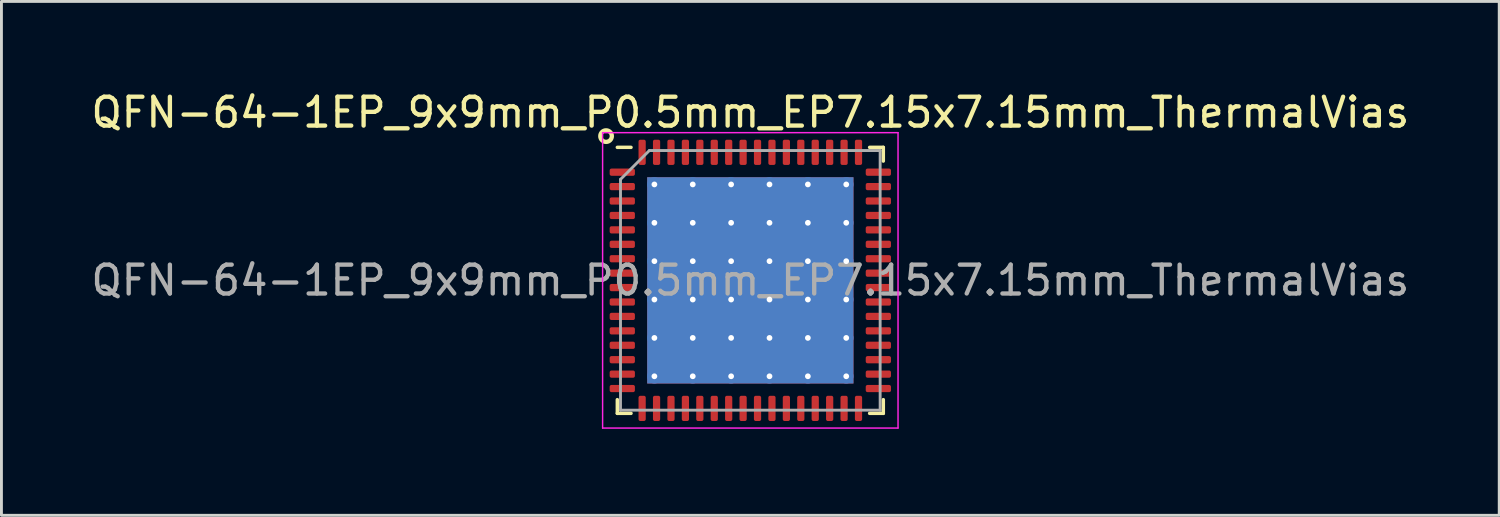
<source format=kicad_pcb>
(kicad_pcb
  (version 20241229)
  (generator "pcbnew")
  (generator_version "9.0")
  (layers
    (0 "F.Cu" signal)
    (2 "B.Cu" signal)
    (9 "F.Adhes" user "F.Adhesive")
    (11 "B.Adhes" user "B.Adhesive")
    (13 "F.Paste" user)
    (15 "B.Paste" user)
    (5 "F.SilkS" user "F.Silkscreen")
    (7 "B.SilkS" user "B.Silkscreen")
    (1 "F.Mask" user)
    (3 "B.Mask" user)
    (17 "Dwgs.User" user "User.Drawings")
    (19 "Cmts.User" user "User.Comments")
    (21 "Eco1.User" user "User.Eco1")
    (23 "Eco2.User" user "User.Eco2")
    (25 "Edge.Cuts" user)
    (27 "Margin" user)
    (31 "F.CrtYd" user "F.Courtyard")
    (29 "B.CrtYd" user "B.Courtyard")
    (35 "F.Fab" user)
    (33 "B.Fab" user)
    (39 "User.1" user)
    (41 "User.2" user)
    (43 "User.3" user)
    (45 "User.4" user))
  (footprint "QFN-64-1EP_9x9mm_P0.5mm_EP7.15x7.15mm_ThermalVias"
    (layer "F.Cu")
    (at 22.958 6.668)
    (property "Reference" "QFN-64-1EP_9x9mm_P0.5mm_EP7.15x7.15mm_ThermalVias" (at 0 -5.82 0) (layer "F.SilkS") (effects (font (size 1 1) (thickness 0.15))))
    (attr smd)
    (fp_line (start -4.61 4.61) (end -4.61 4.135) (stroke (width 0.12) (type solid)) (layer "F.SilkS"))
    (fp_line (start -4.135 -4.61) (end -4.61 -4.61) (stroke (width 0.12) (type solid)) (layer "F.SilkS"))
    (fp_line (start -4.135 4.61) (end -4.61 4.61) (stroke (width 0.12) (type solid)) (layer "F.SilkS"))
    (fp_line (start 4.135 -4.61) (end 4.61 -4.61) (stroke (width 0.12) (type solid)) (layer "F.SilkS"))
    (fp_line (start 4.135 4.61) (end 4.61 4.61) (stroke (width 0.12) (type solid)) (layer "F.SilkS"))
    (fp_line (start 4.61 -4.61) (end 4.61 -4.135) (stroke (width 0.12) (type solid)) (layer "F.SilkS"))
    (fp_line (start 4.61 4.61) (end 4.61 4.135) (stroke (width 0.12) (type solid)) (layer "F.SilkS"))
    (fp_circle (center -5 -5) (end -5 -4.8) (stroke (width 0.15) (type solid)) (fill no) (layer "F.SilkS"))
    (fp_line (start -5.12 -5.12) (end -5.12 5.12) (stroke (width 0.05) (type solid)) (layer "F.CrtYd"))
    (fp_line (start -5.12 5.12) (end 5.12 5.12) (stroke (width 0.05) (type solid)) (layer "F.CrtYd"))
    (fp_line (start 5.12 -5.12) (end -5.12 -5.12) (stroke (width 0.05) (type solid)) (layer "F.CrtYd"))
    (fp_line (start 5.12 5.12) (end 5.12 -5.12) (stroke (width 0.05) (type solid)) (layer "F.CrtYd"))
    (fp_line (start -4.5 -3.5) (end -3.5 -4.5) (stroke (width 0.1) (type solid)) (layer "F.Fab"))
    (fp_line (start -4.5 4.5) (end -4.5 -3.5) (stroke (width 0.1) (type solid)) (layer "F.Fab"))
    (fp_line (start -3.5 -4.5) (end 4.5 -4.5) (stroke (width 0.1) (type solid)) (layer "F.Fab"))
    (fp_line (start 4.5 -4.5) (end 4.5 4.5) (stroke (width 0.1) (type solid)) (layer "F.Fab"))
    (fp_line (start 4.5 4.5) (end -4.5 4.5) (stroke (width 0.1) (type solid)) (layer "F.Fab"))
    (fp_text user "${REFERENCE}" (at 0 0 0) (layer "F.Fab") (effects (font (size 1 1) (thickness 0.15))))
    (pad "" smd roundrect (at -2.66 -2.66) (size 1.153 1.153) (layers "F.Paste") (roundrect_rratio 0.217))
    (pad "" smd roundrect (at -2.66 -1.33) (size 1.153 1.153) (layers "F.Paste") (roundrect_rratio 0.217))
    (pad "" smd roundrect (at -2.66 0) (size 1.153 1.153) (layers "F.Paste") (roundrect_rratio 0.217))
    (pad "" smd roundrect (at -2.66 1.33) (size 1.153 1.153) (layers "F.Paste") (roundrect_rratio 0.217))
    (pad "" smd roundrect (at -2.66 2.66) (size 1.153 1.153) (layers "F.Paste") (roundrect_rratio 0.217))
    (pad "" smd roundrect (at -1.33 -2.66) (size 1.153 1.153) (layers "F.Paste") (roundrect_rratio 0.217))
    (pad "" smd roundrect (at -1.33 -1.33) (size 1.153 1.153) (layers "F.Paste") (roundrect_rratio 0.217))
    (pad "" smd roundrect (at -1.33 0) (size 1.153 1.153) (layers "F.Paste") (roundrect_rratio 0.217))
    (pad "" smd roundrect (at -1.33 1.33) (size 1.153 1.153) (layers "F.Paste") (roundrect_rratio 0.217))
    (pad "" smd roundrect (at -1.33 2.66) (size 1.153 1.153) (layers "F.Paste") (roundrect_rratio 0.217))
    (pad "" smd roundrect (at 0 -2.66) (size 1.153 1.153) (layers "F.Paste") (roundrect_rratio 0.217))
    (pad "" smd roundrect (at 0 -1.33) (size 1.153 1.153) (layers "F.Paste") (roundrect_rratio 0.217))
    (pad "" smd roundrect (at 0 0) (size 1.153 1.153) (layers "F.Paste") (roundrect_rratio 0.217))
    (pad "" smd roundrect (at 0 1.33) (size 1.153 1.153) (layers "F.Paste") (roundrect_rratio 0.217))
    (pad "" smd roundrect (at 0 2.66) (size 1.153 1.153) (layers "F.Paste") (roundrect_rratio 0.217))
    (pad "" smd roundrect (at 1.33 -2.66) (size 1.153 1.153) (layers "F.Paste") (roundrect_rratio 0.217))
    (pad "" smd roundrect (at 1.33 -1.33) (size 1.153 1.153) (layers "F.Paste") (roundrect_rratio 0.217))
    (pad "" smd roundrect (at 1.33 0) (size 1.153 1.153) (layers "F.Paste") (roundrect_rratio 0.217))
    (pad "" smd roundrect (at 1.33 1.33) (size 1.153 1.153) (layers "F.Paste") (roundrect_rratio 0.217))
    (pad "" smd roundrect (at 1.33 2.66) (size 1.153 1.153) (layers "F.Paste") (roundrect_rratio 0.217))
    (pad "" smd roundrect (at 2.66 -2.66) (size 1.153 1.153) (layers "F.Paste") (roundrect_rratio 0.217))
    (pad "" smd roundrect (at 2.66 -1.33) (size 1.153 1.153) (layers "F.Paste") (roundrect_rratio 0.217))
    (pad "" smd roundrect (at 2.66 0) (size 1.153 1.153) (layers "F.Paste") (roundrect_rratio 0.217))
    (pad "" smd roundrect (at 2.66 1.33) (size 1.153 1.153) (layers "F.Paste") (roundrect_rratio 0.217))
    (pad "" smd roundrect (at 2.66 2.66) (size 1.153 1.153) (layers "F.Paste") (roundrect_rratio 0.217))
    (pad "1" smd roundrect (at -4.438 -3.75) (size 0.875 0.25) (layers "F.Cu" "F.Mask" "F.Paste") (roundrect_rratio 0.25))
    (pad "2" smd roundrect (at -4.438 -3.25) (size 0.875 0.25) (layers "F.Cu" "F.Mask" "F.Paste") (roundrect_rratio 0.25))
    (pad "3" smd roundrect (at -4.438 -2.75) (size 0.875 0.25) (layers "F.Cu" "F.Mask" "F.Paste") (roundrect_rratio 0.25))
    (pad "4" smd roundrect (at -4.438 -2.25) (size 0.875 0.25) (layers "F.Cu" "F.Mask" "F.Paste") (roundrect_rratio 0.25))
    (pad "5" smd roundrect (at -4.438 -1.75) (size 0.875 0.25) (layers "F.Cu" "F.Mask" "F.Paste") (roundrect_rratio 0.25))
    (pad "6" smd roundrect (at -4.438 -1.25) (size 0.875 0.25) (layers "F.Cu" "F.Mask" "F.Paste") (roundrect_rratio 0.25))
    (pad "7" smd roundrect (at -4.438 -0.75) (size 0.875 0.25) (layers "F.Cu" "F.Mask" "F.Paste") (roundrect_rratio 0.25))
    (pad "8" smd roundrect (at -4.438 -0.25) (size 0.875 0.25) (layers "F.Cu" "F.Mask" "F.Paste") (roundrect_rratio 0.25))
    (pad "9" smd roundrect (at -4.438 0.25) (size 0.875 0.25) (layers "F.Cu" "F.Mask" "F.Paste") (roundrect_rratio 0.25))
    (pad "10" smd roundrect (at -4.438 0.75) (size 0.875 0.25) (layers "F.Cu" "F.Mask" "F.Paste") (roundrect_rratio 0.25))
    (pad "11" smd roundrect (at -4.438 1.25) (size 0.875 0.25) (layers "F.Cu" "F.Mask" "F.Paste") (roundrect_rratio 0.25))
    (pad "12" smd roundrect (at -4.438 1.75) (size 0.875 0.25) (layers "F.Cu" "F.Mask" "F.Paste") (roundrect_rratio 0.25))
    (pad "13" smd roundrect (at -4.438 2.25) (size 0.875 0.25) (layers "F.Cu" "F.Mask" "F.Paste") (roundrect_rratio 0.25))
    (pad "14" smd roundrect (at -4.438 2.75) (size 0.875 0.25) (layers "F.Cu" "F.Mask" "F.Paste") (roundrect_rratio 0.25))
    (pad "15" smd roundrect (at -4.438 3.25) (size 0.875 0.25) (layers "F.Cu" "F.Mask" "F.Paste") (roundrect_rratio 0.25))
    (pad "16" smd roundrect (at -4.438 3.75) (size 0.875 0.25) (layers "F.Cu" "F.Mask" "F.Paste") (roundrect_rratio 0.25))
    (pad "17" smd roundrect (at -3.75 4.438) (size 0.25 0.875) (layers "F.Cu" "F.Mask" "F.Paste") (roundrect_rratio 0.25))
    (pad "18" smd roundrect (at -3.25 4.438) (size 0.25 0.875) (layers "F.Cu" "F.Mask" "F.Paste") (roundrect_rratio 0.25))
    (pad "19" smd roundrect (at -2.75 4.438) (size 0.25 0.875) (layers "F.Cu" "F.Mask" "F.Paste") (roundrect_rratio 0.25))
    (pad "20" smd roundrect (at -2.25 4.438) (size 0.25 0.875) (layers "F.Cu" "F.Mask" "F.Paste") (roundrect_rratio 0.25))
    (pad "21" smd roundrect (at -1.75 4.438) (size 0.25 0.875) (layers "F.Cu" "F.Mask" "F.Paste") (roundrect_rratio 0.25))
    (pad "22" smd roundrect (at -1.25 4.438) (size 0.25 0.875) (layers "F.Cu" "F.Mask" "F.Paste") (roundrect_rratio 0.25))
    (pad "23" smd roundrect (at -0.75 4.438) (size 0.25 0.875) (layers "F.Cu" "F.Mask" "F.Paste") (roundrect_rratio 0.25))
    (pad "24" smd roundrect (at -0.25 4.438) (size 0.25 0.875) (layers "F.Cu" "F.Mask" "F.Paste") (roundrect_rratio 0.25))
    (pad "25" smd roundrect (at 0.25 4.438) (size 0.25 0.875) (layers "F.Cu" "F.Mask" "F.Paste") (roundrect_rratio 0.25))
    (pad "26" smd roundrect (at 0.75 4.438) (size 0.25 0.875) (layers "F.Cu" "F.Mask" "F.Paste") (roundrect_rratio 0.25))
    (pad "27" smd roundrect (at 1.25 4.438) (size 0.25 0.875) (layers "F.Cu" "F.Mask" "F.Paste") (roundrect_rratio 0.25))
    (pad "28" smd roundrect (at 1.75 4.438) (size 0.25 0.875) (layers "F.Cu" "F.Mask" "F.Paste") (roundrect_rratio 0.25))
    (pad "29" smd roundrect (at 2.25 4.438) (size 0.25 0.875) (layers "F.Cu" "F.Mask" "F.Paste") (roundrect_rratio 0.25))
    (pad "30" smd roundrect (at 2.75 4.438) (size 0.25 0.875) (layers "F.Cu" "F.Mask" "F.Paste") (roundrect_rratio 0.25))
    (pad "31" smd roundrect (at 3.25 4.438) (size 0.25 0.875) (layers "F.Cu" "F.Mask" "F.Paste") (roundrect_rratio 0.25))
    (pad "32" smd roundrect (at 3.75 4.438) (size 0.25 0.875) (layers "F.Cu" "F.Mask" "F.Paste") (roundrect_rratio 0.25))
    (pad "33" smd roundrect (at 4.438 3.75) (size 0.875 0.25) (layers "F.Cu" "F.Mask" "F.Paste") (roundrect_rratio 0.25))
    (pad "34" smd roundrect (at 4.438 3.25) (size 0.875 0.25) (layers "F.Cu" "F.Mask" "F.Paste") (roundrect_rratio 0.25))
    (pad "35" smd roundrect (at 4.438 2.75) (size 0.875 0.25) (layers "F.Cu" "F.Mask" "F.Paste") (roundrect_rratio 0.25))
    (pad "36" smd roundrect (at 4.438 2.25) (size 0.875 0.25) (layers "F.Cu" "F.Mask" "F.Paste") (roundrect_rratio 0.25))
    (pad "37" smd roundrect (at 4.438 1.75) (size 0.875 0.25) (layers "F.Cu" "F.Mask" "F.Paste") (roundrect_rratio 0.25))
    (pad "38" smd roundrect (at 4.438 1.25) (size 0.875 0.25) (layers "F.Cu" "F.Mask" "F.Paste") (roundrect_rratio 0.25))
    (pad "39" smd roundrect (at 4.438 0.75) (size 0.875 0.25) (layers "F.Cu" "F.Mask" "F.Paste") (roundrect_rratio 0.25))
    (pad "40" smd roundrect (at 4.438 0.25) (size 0.875 0.25) (layers "F.Cu" "F.Mask" "F.Paste") (roundrect_rratio 0.25))
    (pad "41" smd roundrect (at 4.438 -0.25) (size 0.875 0.25) (layers "F.Cu" "F.Mask" "F.Paste") (roundrect_rratio 0.25))
    (pad "42" smd roundrect (at 4.438 -0.75) (size 0.875 0.25) (layers "F.Cu" "F.Mask" "F.Paste") (roundrect_rratio 0.25))
    (pad "43" smd roundrect (at 4.438 -1.25) (size 0.875 0.25) (layers "F.Cu" "F.Mask" "F.Paste") (roundrect_rratio 0.25))
    (pad "44" smd roundrect (at 4.438 -1.75) (size 0.875 0.25) (layers "F.Cu" "F.Mask" "F.Paste") (roundrect_rratio 0.25))
    (pad "45" smd roundrect (at 4.438 -2.25) (size 0.875 0.25) (layers "F.Cu" "F.Mask" "F.Paste") (roundrect_rratio 0.25))
    (pad "46" smd roundrect (at 4.438 -2.75) (size 0.875 0.25) (layers "F.Cu" "F.Mask" "F.Paste") (roundrect_rratio 0.25))
    (pad "47" smd roundrect (at 4.438 -3.25) (size 0.875 0.25) (layers "F.Cu" "F.Mask" "F.Paste") (roundrect_rratio 0.25))
    (pad "48" smd roundrect (at 4.438 -3.75) (size 0.875 0.25) (layers "F.Cu" "F.Mask" "F.Paste") (roundrect_rratio 0.25))
    (pad "49" smd roundrect (at 3.75 -4.438) (size 0.25 0.875) (layers "F.Cu" "F.Mask" "F.Paste") (roundrect_rratio 0.25))
    (pad "50" smd roundrect (at 3.25 -4.438) (size 0.25 0.875) (layers "F.Cu" "F.Mask" "F.Paste") (roundrect_rratio 0.25))
    (pad "51" smd roundrect (at 2.75 -4.438) (size 0.25 0.875) (layers "F.Cu" "F.Mask" "F.Paste") (roundrect_rratio 0.25))
    (pad "52" smd roundrect (at 2.25 -4.438) (size 0.25 0.875) (layers "F.Cu" "F.Mask" "F.Paste") (roundrect_rratio 0.25))
    (pad "53" smd roundrect (at 1.75 -4.438) (size 0.25 0.875) (layers "F.Cu" "F.Mask" "F.Paste") (roundrect_rratio 0.25))
    (pad "54" smd roundrect (at 1.25 -4.438) (size 0.25 0.875) (layers "F.Cu" "F.Mask" "F.Paste") (roundrect_rratio 0.25))
    (pad "55" smd roundrect (at 0.75 -4.438) (size 0.25 0.875) (layers "F.Cu" "F.Mask" "F.Paste") (roundrect_rratio 0.25))
    (pad "56" smd roundrect (at 0.25 -4.438) (size 0.25 0.875) (layers "F.Cu" "F.Mask" "F.Paste") (roundrect_rratio 0.25))
    (pad "57" smd roundrect (at -0.25 -4.438) (size 0.25 0.875) (layers "F.Cu" "F.Mask" "F.Paste") (roundrect_rratio 0.25))
    (pad "58" smd roundrect (at -0.75 -4.438) (size 0.25 0.875) (layers "F.Cu" "F.Mask" "F.Paste") (roundrect_rratio 0.25))
    (pad "59" smd roundrect (at -1.25 -4.438) (size 0.25 0.875) (layers "F.Cu" "F.Mask" "F.Paste") (roundrect_rratio 0.25))
    (pad "60" smd roundrect (at -1.75 -4.438) (size 0.25 0.875) (layers "F.Cu" "F.Mask" "F.Paste") (roundrect_rratio 0.25))
    (pad "61" smd roundrect (at -2.25 -4.438) (size 0.25 0.875) (layers "F.Cu" "F.Mask" "F.Paste") (roundrect_rratio 0.25))
    (pad "62" smd roundrect (at -2.75 -4.438) (size 0.25 0.875) (layers "F.Cu" "F.Mask" "F.Paste") (roundrect_rratio 0.25))
    (pad "63" smd roundrect (at -3.25 -4.438) (size 0.25 0.875) (layers "F.Cu" "F.Mask" "F.Paste") (roundrect_rratio 0.25))
    (pad "64" smd roundrect (at -3.75 -4.438) (size 0.25 0.875) (layers "F.Cu" "F.Mask" "F.Paste") (roundrect_rratio 0.25))
    (pad "65" thru_hole circle (at -3.325 -3.325) (size 0.5 0.5) (drill 0.2) (layers "*.Cu"))
    (pad "65" thru_hole circle (at -3.325 -1.995) (size 0.5 0.5) (drill 0.2) (layers "*.Cu"))
    (pad "65" thru_hole circle (at -3.325 -0.665) (size 0.5 0.5) (drill 0.2) (layers "*.Cu"))
    (pad "65" thru_hole circle (at -3.325 0.665) (size 0.5 0.5) (drill 0.2) (layers "*.Cu"))
    (pad "65" thru_hole circle (at -3.325 1.995) (size 0.5 0.5) (drill 0.2) (layers "*.Cu"))
    (pad "65" thru_hole circle (at -3.325 3.325) (size 0.5 0.5) (drill 0.2) (layers "*.Cu"))
    (pad "65" thru_hole circle (at -1.995 -3.325) (size 0.5 0.5) (drill 0.2) (layers "*.Cu"))
    (pad "65" thru_hole circle (at -1.995 -1.995) (size 0.5 0.5) (drill 0.2) (layers "*.Cu"))
    (pad "65" thru_hole circle (at -1.995 -0.665) (size 0.5 0.5) (drill 0.2) (layers "*.Cu"))
    (pad "65" thru_hole circle (at -1.995 0.665) (size 0.5 0.5) (drill 0.2) (layers "*.Cu"))
    (pad "65" thru_hole circle (at -1.995 1.995) (size 0.5 0.5) (drill 0.2) (layers "*.Cu"))
    (pad "65" thru_hole circle (at -1.995 3.325) (size 0.5 0.5) (drill 0.2) (layers "*.Cu"))
    (pad "65" thru_hole circle (at -0.665 -3.325) (size 0.5 0.5) (drill 0.2) (layers "*.Cu"))
    (pad "65" thru_hole circle (at -0.665 -1.995) (size 0.5 0.5) (drill 0.2) (layers "*.Cu"))
    (pad "65" thru_hole circle (at -0.665 -0.665) (size 0.5 0.5) (drill 0.2) (layers "*.Cu"))
    (pad "65" thru_hole circle (at -0.665 0.665) (size 0.5 0.5) (drill 0.2) (layers "*.Cu"))
    (pad "65" thru_hole circle (at -0.665 1.995) (size 0.5 0.5) (drill 0.2) (layers "*.Cu"))
    (pad "65" thru_hole circle (at -0.665 3.325) (size 0.5 0.5) (drill 0.2) (layers "*.Cu"))
    (pad "65" smd rect (at 0 0) (size 7.15 7.15) (layers "F.Cu" "F.Mask"))
    (pad "65" smd rect (at 0 0) (size 7.15 7.15) (layers "B.Cu"))
    (pad "65" thru_hole circle (at 0.665 -3.325) (size 0.5 0.5) (drill 0.2) (layers "*.Cu"))
    (pad "65" thru_hole circle (at 0.665 -1.995) (size 0.5 0.5) (drill 0.2) (layers "*.Cu"))
    (pad "65" thru_hole circle (at 0.665 -0.665) (size 0.5 0.5) (drill 0.2) (layers "*.Cu"))
    (pad "65" thru_hole circle (at 0.665 0.665) (size 0.5 0.5) (drill 0.2) (layers "*.Cu"))
    (pad "65" thru_hole circle (at 0.665 1.995) (size 0.5 0.5) (drill 0.2) (layers "*.Cu"))
    (pad "65" thru_hole circle (at 0.665 3.325) (size 0.5 0.5) (drill 0.2) (layers "*.Cu"))
    (pad "65" thru_hole circle (at 1.995 -3.325) (size 0.5 0.5) (drill 0.2) (layers "*.Cu"))
    (pad "65" thru_hole circle (at 1.995 -1.995) (size 0.5 0.5) (drill 0.2) (layers "*.Cu"))
    (pad "65" thru_hole circle (at 1.995 -0.665) (size 0.5 0.5) (drill 0.2) (layers "*.Cu"))
    (pad "65" thru_hole circle (at 1.995 0.665) (size 0.5 0.5) (drill 0.2) (layers "*.Cu"))
    (pad "65" thru_hole circle (at 1.995 1.995) (size 0.5 0.5) (drill 0.2) (layers "*.Cu"))
    (pad "65" thru_hole circle (at 1.995 3.325) (size 0.5 0.5) (drill 0.2) (layers "*.Cu"))
    (pad "65" thru_hole circle (at 3.325 -3.325) (size 0.5 0.5) (drill 0.2) (layers "*.Cu"))
    (pad "65" thru_hole circle (at 3.325 -1.995) (size 0.5 0.5) (drill 0.2) (layers "*.Cu"))
    (pad "65" thru_hole circle (at 3.325 -0.665) (size 0.5 0.5) (drill 0.2) (layers "*.Cu"))
    (pad "65" thru_hole circle (at 3.325 0.665) (size 0.5 0.5) (drill 0.2) (layers "*.Cu"))
    (pad "65" thru_hole circle (at 3.325 1.995) (size 0.5 0.5) (drill 0.2) (layers "*.Cu"))
    (pad "65" thru_hole circle (at 3.325 3.325) (size 0.5 0.5) (drill 0.2) (layers "*.Cu")))
  (gr_rect
    (start -3 -3)
    (end 48.917 14.813)
    (stroke (width 0.1) (type default))
    (fill no)
    (layer "Edge.Cuts")))
</source>
